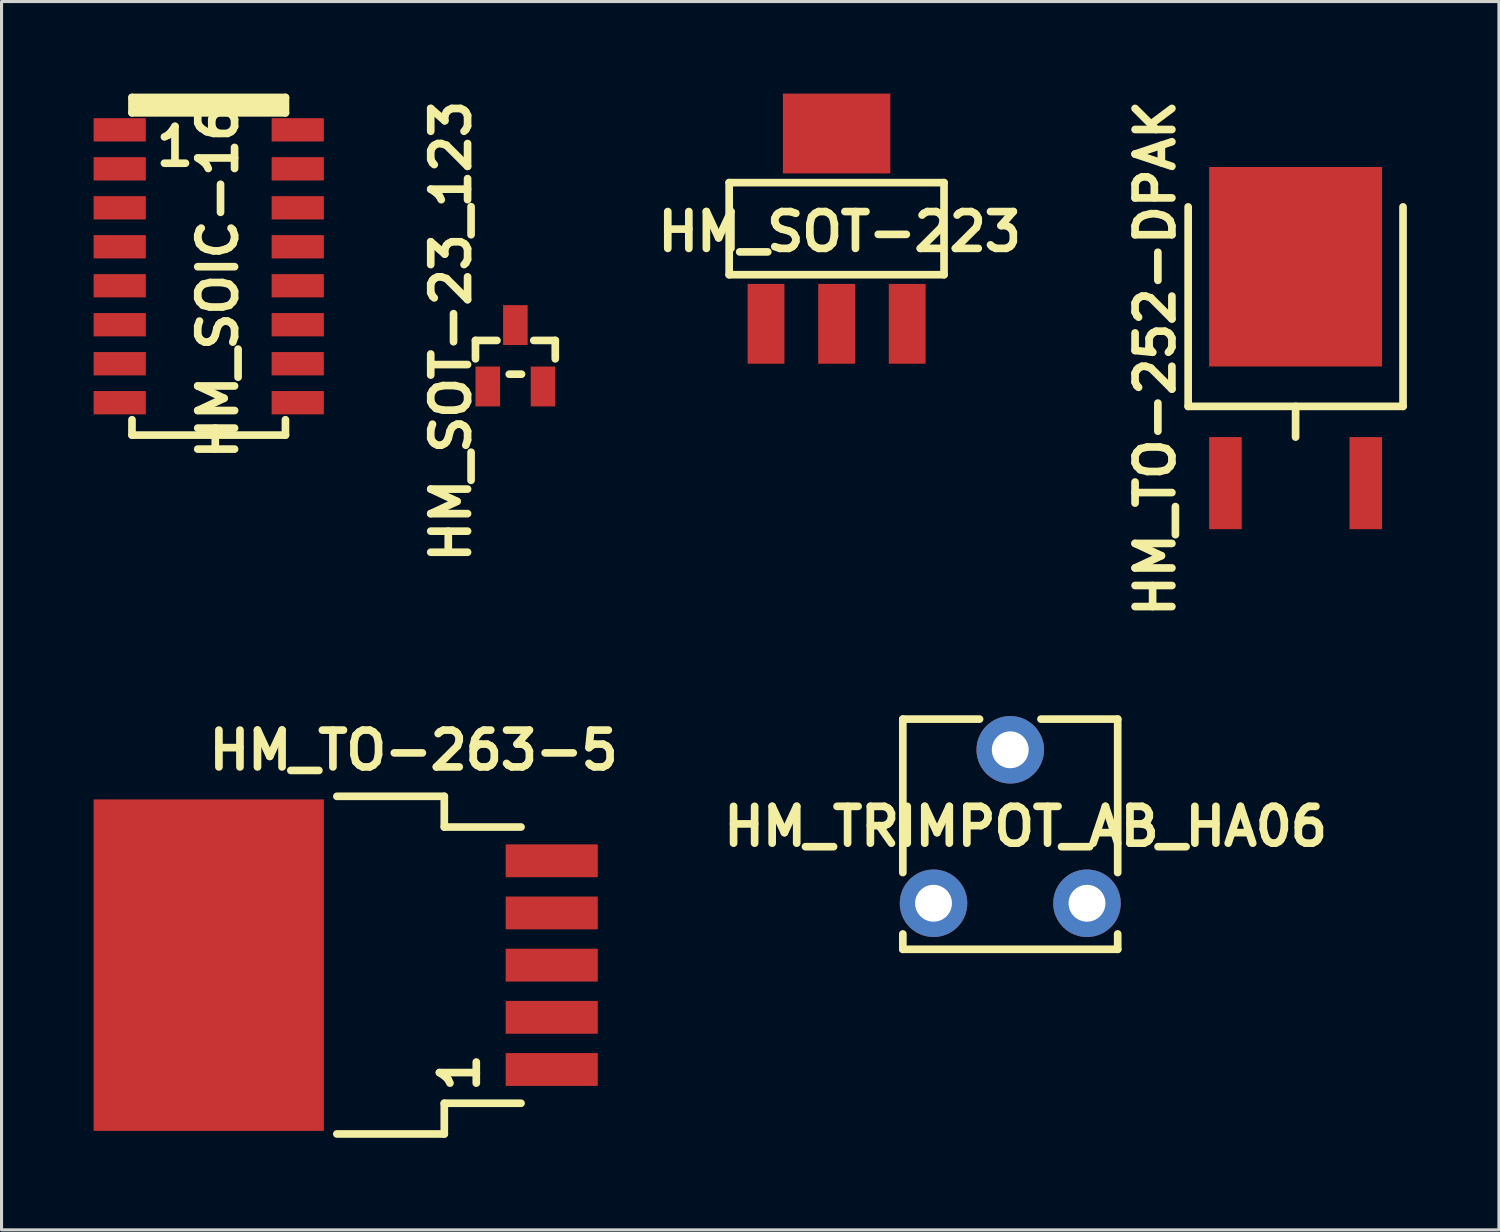
<source format=kicad_pcb>
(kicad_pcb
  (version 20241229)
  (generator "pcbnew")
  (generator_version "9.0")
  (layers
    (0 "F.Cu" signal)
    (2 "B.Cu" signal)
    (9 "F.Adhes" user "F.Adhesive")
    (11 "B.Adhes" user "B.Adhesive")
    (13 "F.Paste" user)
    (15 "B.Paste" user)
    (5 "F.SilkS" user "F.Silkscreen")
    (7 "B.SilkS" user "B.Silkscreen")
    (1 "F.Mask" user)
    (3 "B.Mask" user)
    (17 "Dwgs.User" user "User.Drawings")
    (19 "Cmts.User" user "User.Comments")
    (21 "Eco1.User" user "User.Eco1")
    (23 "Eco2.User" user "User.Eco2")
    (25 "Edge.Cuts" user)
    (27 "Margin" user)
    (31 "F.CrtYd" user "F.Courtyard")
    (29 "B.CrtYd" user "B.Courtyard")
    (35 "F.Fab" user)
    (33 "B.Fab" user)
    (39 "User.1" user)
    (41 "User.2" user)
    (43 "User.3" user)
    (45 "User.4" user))
  (footprint "HM_TRIMPOT_AB_HA06"
    (layer "F.Cu")
    (at 29.864 21.378)
    (property "Reference" "HM_TRIMPOT_AB_HA06" (at 0.5 2.5 0) (layer "F.SilkS") (effects (font (size 1.2 1.2) (thickness 0.25))))
    (attr through_hole)
    (fp_line (start -3.5 -1) (end -3.5 4) (stroke (width 0.25) (type solid)) (layer "F.SilkS"))
    (fp_line (start -3.5 6) (end -3.5 6.5) (stroke (width 0.25) (type solid)) (layer "F.SilkS"))
    (fp_line (start -3.5 6.5) (end 3.5 6.5) (stroke (width 0.25) (type solid)) (layer "F.SilkS"))
    (fp_line (start -1 -1) (end -3.5 -1) (stroke (width 0.25) (type solid)) (layer "F.SilkS"))
    (fp_line (start 1 -1) (end 3.5 -1) (stroke (width 0.25) (type solid)) (layer "F.SilkS"))
    (fp_line (start 3.5 -1) (end 3.5 4) (stroke (width 0.25) (type solid)) (layer "F.SilkS"))
    (fp_line (start 3.5 6.5) (end 3.5 6) (stroke (width 0.25) (type solid)) (layer "F.SilkS"))
    (pad "1" thru_hole circle (at -2.5 5) (size 2.2 2.2) (drill 1.2) (layers "*.Cu" "*.Mask"))
    (pad "2" thru_hole circle (at 0 0) (size 2.2 2.2) (drill 1.2) (layers "*.Cu" "*.Mask"))
    (pad "3" thru_hole circle (at 2.5 5) (size 2.2 2.2) (drill 1.2) (layers "*.Cu" "*.Mask")))
  (footprint "HM_TO-263-5"
    (layer "F.Cu")
    (at 14.925 28.394)
    (property "Reference" "HM_TO-263-5" (at -4.5 -7 0) (layer "F.SilkS") (effects (font (size 1.2 1.2) (thickness 0.25))))
    (attr through_hole)
    (fp_line (start -7 -5.5) (end -3.5 -5.5) (stroke (width 0.25) (type solid)) (layer "F.SilkS"))
    (fp_line (start -7 5.5) (end -3.5 5.5) (stroke (width 0.25) (type solid)) (layer "F.SilkS"))
    (fp_line (start -3.5 -5.5) (end -3.5 -4.5) (stroke (width 0.25) (type solid)) (layer "F.SilkS"))
    (fp_line (start -3.5 -4.5) (end -1 -4.5) (stroke (width 0.25) (type solid)) (layer "F.SilkS"))
    (fp_line (start -3.5 4.5) (end -1 4.5) (stroke (width 0.25) (type solid)) (layer "F.SilkS"))
    (fp_line (start -3.5 5.5) (end -3.5 4.5) (stroke (width 0.25) (type solid)) (layer "F.SilkS"))
    (fp_text user "1" (at -3 3.5 90) (layer "F.SilkS") (effects (font (size 1.2 1.2) (thickness 0.25))))
    (pad "1" smd rect (at 0 3.4) (size 3 1.07) (layers "F.Cu" "F.Mask" "F.Paste"))
    (pad "2" smd rect (at 0 1.7) (size 3 1.07) (layers "F.Cu" "F.Mask" "F.Paste"))
    (pad "3" smd rect (at 0 0) (size 3 1.07) (layers "F.Cu" "F.Mask" "F.Paste"))
    (pad "4" smd rect (at 0 -1.7) (size 3 1.07) (layers "F.Cu" "F.Mask" "F.Paste"))
    (pad "5" smd rect (at 0 -3.4) (size 3 1.07) (layers "F.Cu" "F.Mask" "F.Paste"))
    (pad "TAB" smd rect (at -11.175 0) (size 7.5 10.8) (layers "F.Cu" "F.Mask" "F.Paste")))
  (footprint "HM_SOT-223"
    (layer "F.Cu")
    (at 24.206 7.5)
    (property "Reference" "HM_SOT-223" (at 0.1 -3 0) (layer "F.SilkS") (effects (font (size 1.2 1.2) (thickness 0.25))))
    (attr smd)
    (fp_line (start -3.5 -4.6) (end 3.5 -4.6) (stroke (width 0.25) (type solid)) (layer "F.SilkS"))
    (fp_line (start -3.5 -1.6) (end -3.5 -4.6) (stroke (width 0.25) (type solid)) (layer "F.SilkS"))
    (fp_line (start 3.5 -4.6) (end 3.5 -1.6) (stroke (width 0.25) (type solid)) (layer "F.SilkS"))
    (fp_line (start 3.5 -1.6) (end -3.5 -1.6) (stroke (width 0.25) (type solid)) (layer "F.SilkS"))
    (pad "1" smd rect (at -2.3 0) (size 1.2 2.6) (layers "F.Cu" "F.Mask" "F.Paste"))
    (pad "2" smd rect (at 0 0) (size 1.2 2.6) (layers "F.Cu" "F.Mask" "F.Paste"))
    (pad "3" smd rect (at 2.3 0) (size 1.2 2.6) (layers "F.Cu" "F.Mask" "F.Paste"))
    (pad "TAB" smd rect (at 0 -6.2) (size 3.5 2.6) (layers "F.Cu" "F.Mask" "F.Paste")))
  (footprint "HM_SOT-23_123"
    (layer "F.Cu")
    (at 13.741 9.541)
    (property "Reference" "HM_SOT-23_123" (at -2.1 -1.8 90) (layer "F.SilkS") (effects (font (size 1.2 1.2) (thickness 0.25))))
    (attr through_hole)
    (fp_line (start -1.3 -1.5) (end -0.6 -1.5) (stroke (width 0.25) (type solid)) (layer "F.SilkS"))
    (fp_line (start -1.3 -0.9) (end -1.3 -1.5) (stroke (width 0.25) (type solid)) (layer "F.SilkS"))
    (fp_line (start -0.2 -0.4) (end 0.2 -0.4) (stroke (width 0.25) (type solid)) (layer "F.SilkS"))
    (fp_line (start 0.6 -1.5) (end 1.3 -1.5) (stroke (width 0.25) (type solid)) (layer "F.SilkS"))
    (fp_line (start 1.3 -1.5) (end 1.3 -0.9) (stroke (width 0.25) (type solid)) (layer "F.SilkS"))
    (pad "1" smd rect (at -0.9 0) (size 0.8 1.3) (layers "F.Cu" "F.Mask" "F.Paste"))
    (pad "2" smd rect (at 0.9 0) (size 0.8 1.3) (layers "F.Cu" "F.Mask" "F.Paste"))
    (pad "3" smd rect (at 0 -2) (size 0.8 1.3) (layers "F.Cu" "F.Mask" "F.Paste")))
  (footprint "HM_TO-252-DPAK"
    (layer "F.Cu")
    (at 39.16 12.69)
    (property "Reference" "HM_TO-252-DPAK" (at -4.572 -4.064 90) (layer "F.SilkS") (effects (font (size 1.2 1.2) (thickness 0.25))))
    (attr smd)
    (fp_line (start -3.5 -9) (end -3.5 -2.5) (stroke (width 0.25) (type solid)) (layer "F.SilkS"))
    (fp_line (start -3.5 -2.5) (end 3.5 -2.5) (stroke (width 0.25) (type solid)) (layer "F.SilkS"))
    (fp_line (start 0 -2.5) (end 0 -1.5) (stroke (width 0.25) (type solid)) (layer "F.SilkS"))
    (fp_line (start 3.5 -2.5) (end 3.5 -9) (stroke (width 0.25) (type solid)) (layer "F.SilkS"))
    (pad "1" smd rect (at -2.286 0) (size 1.06 3) (layers "F.Cu" "F.Mask" "F.Paste"))
    (pad "2" smd rect (at 2.286 0) (size 1.06 3) (layers "F.Cu" "F.Mask" "F.Paste"))
    (pad "3" smd rect (at 0 -7.05) (size 5.632 6.5) (layers "F.Cu" "F.Mask" "F.Paste")))
  (footprint "HM_SOIC-16"
    (layer "F.Cu")
    (at 3.75 5.625)
    (property "Reference" "HM_SOIC-16" (at 0.3 0.5 90) (layer "F.SilkS") (effects (font (size 1.2 1.2) (thickness 0.25))))
    (attr smd)
    (fp_line (start -2.5 -5.5) (end 2.5 -5.5) (stroke (width 0.25) (type solid)) (layer "F.SilkS"))
    (fp_line (start -2.5 -5) (end -2.5 -5.5) (stroke (width 0.25) (type solid)) (layer "F.SilkS"))
    (fp_line (start -2.5 5) (end -2.5 5.5) (stroke (width 0.25) (type solid)) (layer "F.SilkS"))
    (fp_line (start -2.5 5.5) (end 2.5 5.5) (stroke (width 0.25) (type solid)) (layer "F.SilkS"))
    (fp_line (start 2.5 -5.5) (end 2.5 -5) (stroke (width 0.25) (type solid)) (layer "F.SilkS"))
    (fp_line (start 2.5 -5) (end -2.5 -5) (stroke (width 0.25) (type solid)) (layer "F.SilkS"))
    (fp_line (start 2.5 5.5) (end 2.5 5) (stroke (width 0.25) (type solid)) (layer "F.SilkS"))
    (fp_poly (pts (xy 2.5 -5) (xy -2.5 -5) (xy -2.5 -5.5) (xy 2.5 -5.5)) (stroke (width 0.1) (type solid)) (fill yes) (layer "F.SilkS"))
    (fp_text user "1" (at -1.1 -3.9 180) (layer "F.SilkS") (effects (font (size 1.2 1.2) (thickness 0.25))))
    (pad "1" smd rect (at -2.9 -4.445 180) (size 1.7 0.76) (layers "F.Cu" "F.Mask" "F.Paste"))
    (pad "2" smd rect (at -2.9 -3.175 180) (size 1.7 0.76) (layers "F.Cu" "F.Mask" "F.Paste"))
    (pad "3" smd rect (at -2.9 -1.905 180) (size 1.7 0.76) (layers "F.Cu" "F.Mask" "F.Paste"))
    (pad "4" smd rect (at -2.9 -0.635 180) (size 1.7 0.76) (layers "F.Cu" "F.Mask" "F.Paste"))
    (pad "5" smd rect (at -2.9 0.635 180) (size 1.7 0.76) (layers "F.Cu" "F.Mask" "F.Paste"))
    (pad "6" smd rect (at -2.9 1.905 180) (size 1.7 0.76) (layers "F.Cu" "F.Mask" "F.Paste"))
    (pad "7" smd rect (at -2.9 3.175 180) (size 1.7 0.76) (layers "F.Cu" "F.Mask" "F.Paste"))
    (pad "8" smd rect (at -2.9 4.445 180) (size 1.7 0.76) (layers "F.Cu" "F.Mask" "F.Paste"))
    (pad "9" smd rect (at 2.9 4.445 180) (size 1.7 0.76) (layers "F.Cu" "F.Mask" "F.Paste"))
    (pad "10" smd rect (at 2.9 3.175 180) (size 1.7 0.76) (layers "F.Cu" "F.Mask" "F.Paste"))
    (pad "11" smd rect (at 2.9 1.905 180) (size 1.7 0.76) (layers "F.Cu" "F.Mask" "F.Paste"))
    (pad "12" smd rect (at 2.9 0.635 180) (size 1.7 0.76) (layers "F.Cu" "F.Mask" "F.Paste"))
    (pad "13" smd rect (at 2.9 -0.635 180) (size 1.7 0.76) (layers "F.Cu" "F.Mask" "F.Paste"))
    (pad "14" smd rect (at 2.9 -1.905 180) (size 1.7 0.76) (layers "F.Cu" "F.Mask" "F.Paste"))
    (pad "15" smd rect (at 2.9 -3.175 180) (size 1.7 0.76) (layers "F.Cu" "F.Mask" "F.Paste"))
    (pad "16" smd rect (at 2.9 -4.445 180) (size 1.7 0.76) (layers "F.Cu" "F.Mask" "F.Paste")))
  (gr_rect
    (start -3 -3)
    (end 45.785 37.019)
    (stroke (width 0.1) (type default))
    (fill no)
    (layer "Edge.Cuts")))
</source>
